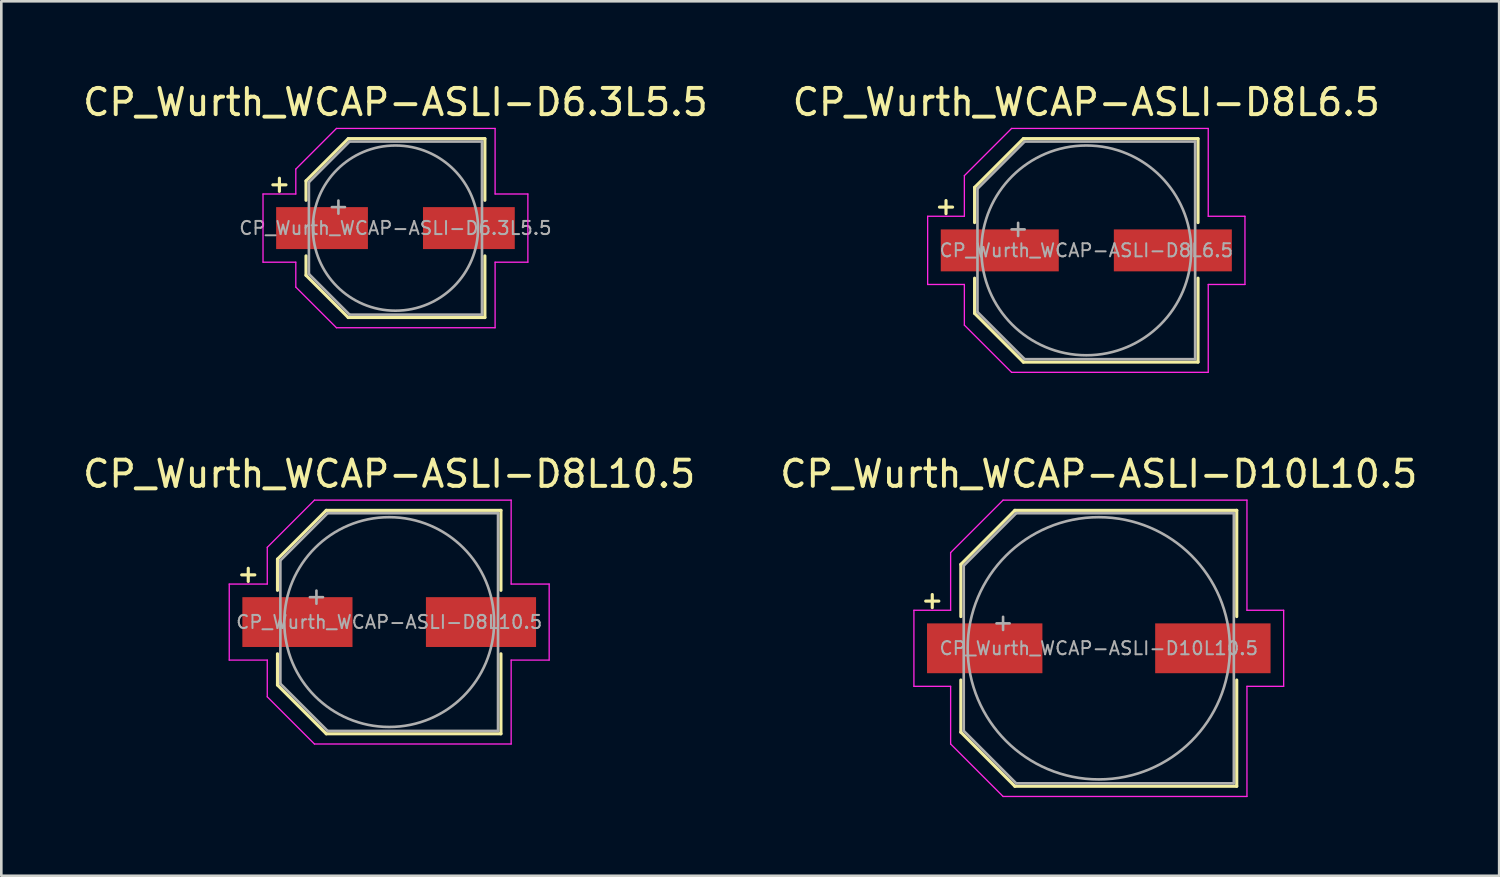
<source format=kicad_pcb>
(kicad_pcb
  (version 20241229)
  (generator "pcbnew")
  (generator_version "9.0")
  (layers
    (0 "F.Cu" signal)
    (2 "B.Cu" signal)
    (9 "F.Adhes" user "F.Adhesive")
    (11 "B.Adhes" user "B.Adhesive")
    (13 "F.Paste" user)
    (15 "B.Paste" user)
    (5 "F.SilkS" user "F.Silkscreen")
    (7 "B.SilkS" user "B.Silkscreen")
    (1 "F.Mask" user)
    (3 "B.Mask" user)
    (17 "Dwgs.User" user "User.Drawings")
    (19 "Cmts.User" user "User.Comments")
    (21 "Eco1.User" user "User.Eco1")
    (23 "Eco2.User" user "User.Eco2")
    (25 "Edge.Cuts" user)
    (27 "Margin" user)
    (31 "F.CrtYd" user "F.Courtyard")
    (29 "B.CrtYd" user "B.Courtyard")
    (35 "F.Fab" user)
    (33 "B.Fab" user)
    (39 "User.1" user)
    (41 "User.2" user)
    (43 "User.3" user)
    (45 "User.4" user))
  (footprint "CP_Wurth_WCAP-ASLI-D10L10.5"
    (layer "F.Cu")
    (at 38.851 21.672)
    (property "Reference" "CP_Wurth_WCAP-ASLI-D10L10.5" (at 0 -6.65 0) (unlocked yes) (layer "F.SilkS") (effects (font (size 1 1) (thickness 0.15))))
    (attr smd)
    (fp_line (start -6.35 -1.55) (end -6.35 -2.05) (stroke (width 0.12) (type solid)) (layer "F.SilkS"))
    (fp_line (start -6.1 -1.8) (end -6.6 -1.8) (stroke (width 0.12) (type solid)) (layer "F.SilkS"))
    (fp_line (start -5.26 -3.2) (end -5.26 -1.21) (stroke (width 0.12) (type default)) (layer "F.SilkS"))
    (fp_line (start -5.26 -3.2) (end -3.2 -5.26) (stroke (width 0.12) (type default)) (layer "F.SilkS"))
    (fp_line (start -5.26 3.2) (end -5.26 1.21) (stroke (width 0.12) (type default)) (layer "F.SilkS"))
    (fp_line (start -5.26 3.2) (end -3.2 5.26) (stroke (width 0.12) (type default)) (layer "F.SilkS"))
    (fp_line (start -3.2 -5.26) (end 5.26 -5.26) (stroke (width 0.12) (type solid)) (layer "F.SilkS"))
    (fp_line (start -3.2 5.26) (end 5.26 5.26) (stroke (width 0.12) (type solid)) (layer "F.SilkS"))
    (fp_line (start 5.26 -5.26) (end 5.26 -1.21) (stroke (width 0.12) (type default)) (layer "F.SilkS"))
    (fp_line (start 5.26 1.21) (end 5.26 5.26) (stroke (width 0.12) (type default)) (layer "F.SilkS"))
    (fp_line (start -7.05 -1.45) (end -7.05 1.45) (stroke (width 0.05) (type default)) (layer "F.CrtYd"))
    (fp_line (start -7.05 -1.45) (end -5.65 -1.45) (stroke (width 0.05) (type default)) (layer "F.CrtYd"))
    (fp_line (start -7.05 1.45) (end -5.65 1.45) (stroke (width 0.05) (type default)) (layer "F.CrtYd"))
    (fp_line (start -5.65 -3.65) (end -5.65 -1.45) (stroke (width 0.05) (type default)) (layer "F.CrtYd"))
    (fp_line (start -5.65 -3.65) (end -3.65 -5.65) (stroke (width 0.05) (type default)) (layer "F.CrtYd"))
    (fp_line (start -5.65 1.45) (end -5.65 3.65) (stroke (width 0.05) (type default)) (layer "F.CrtYd"))
    (fp_line (start -5.65 3.65) (end -3.65 5.65) (stroke (width 0.05) (type default)) (layer "F.CrtYd"))
    (fp_line (start -3.65 -5.65) (end 5.65 -5.65) (stroke (width 0.05) (type default)) (layer "F.CrtYd"))
    (fp_line (start -3.65 5.65) (end 5.65 5.65) (stroke (width 0.05) (type default)) (layer "F.CrtYd"))
    (fp_line (start 5.65 -5.65) (end 5.65 -1.45) (stroke (width 0.05) (type default)) (layer "F.CrtYd"))
    (fp_line (start 5.65 -1.45) (end 7.05 -1.45) (stroke (width 0.05) (type default)) (layer "F.CrtYd"))
    (fp_line (start 5.65 1.45) (end 5.65 5.65) (stroke (width 0.05) (type default)) (layer "F.CrtYd"))
    (fp_line (start 5.65 1.45) (end 7.05 1.45) (stroke (width 0.05) (type default)) (layer "F.CrtYd"))
    (fp_line (start 7.05 -1.45) (end 7.05 1.45) (stroke (width 0.05) (type default)) (layer "F.CrtYd"))
    (fp_line (start -5.15 -3.15) (end -3.15 -5.15) (stroke (width 0.1) (type default)) (layer "F.Fab"))
    (fp_line (start -5.15 3.15) (end -5.15 -3.15) (stroke (width 0.1) (type default)) (layer "F.Fab"))
    (fp_line (start -3.65 -0.7) (end -3.65 -1.2) (stroke (width 0.1) (type default)) (layer "F.Fab"))
    (fp_line (start -3.4 -0.95) (end -3.9 -0.95) (stroke (width 0.1) (type default)) (layer "F.Fab"))
    (fp_line (start -3.15 -5.15) (end 5.15 -5.15) (stroke (width 0.1) (type default)) (layer "F.Fab"))
    (fp_line (start -3.15 5.15) (end -5.15 3.15) (stroke (width 0.1) (type default)) (layer "F.Fab"))
    (fp_line (start 5.15 -5.15) (end 5.15 5.15) (stroke (width 0.1) (type default)) (layer "F.Fab"))
    (fp_line (start 5.15 5.15) (end -3.15 5.15) (stroke (width 0.1) (type default)) (layer "F.Fab"))
    (fp_circle (center 0 0) (end 5 0) (stroke (width 0.1) (type default)) (fill no) (layer "F.Fab"))
    (fp_text user "${REFERENCE}" (at 0 0 0) (unlocked yes) (layer "F.Fab") (effects (font (size 0.5 0.5) (thickness 0.075))))
    (pad "1" smd rect (at -4.35 0) (size 4.4 1.9) (layers "F.Cu" "F.Mask" "F.Paste"))
    (pad "2" smd rect (at 4.35 0) (size 4.4 1.9) (layers "F.Cu" "F.Mask" "F.Paste")))
  (footprint "CP_Wurth_WCAP-ASLI-D6.3L5.5"
    (layer "F.Cu")
    (at 12.03 5.648)
    (property "Reference" "CP_Wurth_WCAP-ASLI-D6.3L5.5" (at 0 -4.8 0) (unlocked yes) (layer "F.SilkS") (effects (font (size 1 1) (thickness 0.15))))
    (attr smd)
    (fp_line (start -4.425 -1.4) (end -4.425 -1.9) (stroke (width 0.12) (type solid)) (layer "F.SilkS"))
    (fp_line (start -4.175 -1.65) (end -4.675 -1.65) (stroke (width 0.12) (type solid)) (layer "F.SilkS"))
    (fp_line (start -3.41 -1.8) (end -3.41 -1.06) (stroke (width 0.12) (type default)) (layer "F.SilkS"))
    (fp_line (start -3.41 -1.8) (end -1.8 -3.41) (stroke (width 0.12) (type default)) (layer "F.SilkS"))
    (fp_line (start -3.41 1.8) (end -3.41 1.06) (stroke (width 0.12) (type default)) (layer "F.SilkS"))
    (fp_line (start -3.41 1.8) (end -1.8 3.41) (stroke (width 0.12) (type default)) (layer "F.SilkS"))
    (fp_line (start -1.8 -3.41) (end 3.41 -3.41) (stroke (width 0.12) (type solid)) (layer "F.SilkS"))
    (fp_line (start -1.8 3.41) (end 3.41 3.41) (stroke (width 0.12) (type solid)) (layer "F.SilkS"))
    (fp_line (start 3.41 -3.41) (end 3.41 -1.06) (stroke (width 0.12) (type default)) (layer "F.SilkS"))
    (fp_line (start 3.41 1.06) (end 3.41 3.41) (stroke (width 0.12) (type default)) (layer "F.SilkS"))
    (fp_line (start -5.05 -1.3) (end -5.05 1.3) (stroke (width 0.05) (type default)) (layer "F.CrtYd"))
    (fp_line (start -5.05 -1.3) (end -3.8 -1.3) (stroke (width 0.05) (type default)) (layer "F.CrtYd"))
    (fp_line (start -5.05 1.3) (end -3.8 1.3) (stroke (width 0.05) (type default)) (layer "F.CrtYd"))
    (fp_line (start -3.8 -2.25) (end -3.8 -1.3) (stroke (width 0.05) (type default)) (layer "F.CrtYd"))
    (fp_line (start -3.8 -2.25) (end -2.25 -3.8) (stroke (width 0.05) (type default)) (layer "F.CrtYd"))
    (fp_line (start -3.8 1.3) (end -3.8 2.25) (stroke (width 0.05) (type default)) (layer "F.CrtYd"))
    (fp_line (start -3.8 2.25) (end -2.25 3.8) (stroke (width 0.05) (type default)) (layer "F.CrtYd"))
    (fp_line (start -2.25 -3.8) (end 3.8 -3.8) (stroke (width 0.05) (type default)) (layer "F.CrtYd"))
    (fp_line (start -2.25 3.8) (end 3.8 3.8) (stroke (width 0.05) (type default)) (layer "F.CrtYd"))
    (fp_line (start 3.8 -3.8) (end 3.8 -1.3) (stroke (width 0.05) (type default)) (layer "F.CrtYd"))
    (fp_line (start 3.8 -1.3) (end 5.05 -1.3) (stroke (width 0.05) (type default)) (layer "F.CrtYd"))
    (fp_line (start 3.8 1.3) (end 3.8 3.8) (stroke (width 0.05) (type default)) (layer "F.CrtYd"))
    (fp_line (start 3.8 1.3) (end 5.05 1.3) (stroke (width 0.05) (type default)) (layer "F.CrtYd"))
    (fp_line (start 5.05 -1.3) (end 5.05 1.3) (stroke (width 0.05) (type default)) (layer "F.CrtYd"))
    (fp_line (start -3.3 -1.75) (end -1.75 -3.3) (stroke (width 0.1) (type default)) (layer "F.Fab"))
    (fp_line (start -3.3 1.75) (end -3.3 -1.75) (stroke (width 0.1) (type default)) (layer "F.Fab"))
    (fp_line (start -2.175 -0.55) (end -2.175 -1.05) (stroke (width 0.1) (type default)) (layer "F.Fab"))
    (fp_line (start -1.925 -0.8) (end -2.425 -0.8) (stroke (width 0.1) (type default)) (layer "F.Fab"))
    (fp_line (start -1.75 -3.3) (end 3.3 -3.3) (stroke (width 0.1) (type default)) (layer "F.Fab"))
    (fp_line (start -1.75 3.3) (end -3.3 1.75) (stroke (width 0.1) (type default)) (layer "F.Fab"))
    (fp_line (start 3.3 -3.3) (end 3.3 3.3) (stroke (width 0.1) (type default)) (layer "F.Fab"))
    (fp_line (start 3.3 3.3) (end -1.75 3.3) (stroke (width 0.1) (type default)) (layer "F.Fab"))
    (fp_circle (center 0 0) (end 3.15 0) (stroke (width 0.1) (type default)) (fill no) (layer "F.Fab"))
    (fp_text user "${REFERENCE}" (at 0 0 0) (unlocked yes) (layer "F.Fab") (effects (font (size 0.5 0.5) (thickness 0.075))))
    (pad "1" smd rect (at -2.8 0) (size 3.5 1.6) (layers "F.Cu" "F.Mask" "F.Paste"))
    (pad "2" smd rect (at 2.8 0) (size 3.5 1.6) (layers "F.Cu" "F.Mask" "F.Paste")))
  (footprint "CP_Wurth_WCAP-ASLI-D8L6.5"
    (layer "F.Cu")
    (at 38.375 6.498)
    (property "Reference" "CP_Wurth_WCAP-ASLI-D8L6.5" (at 0 -5.65 0) (unlocked yes) (layer "F.SilkS") (effects (font (size 1 1) (thickness 0.15))))
    (attr smd)
    (fp_line (start -5.35 -1.4) (end -5.35 -1.9) (stroke (width 0.12) (type solid)) (layer "F.SilkS"))
    (fp_line (start -5.1 -1.65) (end -5.6 -1.65) (stroke (width 0.12) (type solid)) (layer "F.SilkS"))
    (fp_line (start -4.26 -2.4) (end -4.26 -1.06) (stroke (width 0.12) (type default)) (layer "F.SilkS"))
    (fp_line (start -4.26 -2.4) (end -2.4 -4.26) (stroke (width 0.12) (type default)) (layer "F.SilkS"))
    (fp_line (start -4.26 2.4) (end -4.26 1.06) (stroke (width 0.12) (type default)) (layer "F.SilkS"))
    (fp_line (start -4.26 2.4) (end -2.4 4.26) (stroke (width 0.12) (type default)) (layer "F.SilkS"))
    (fp_line (start -2.4 -4.26) (end 4.26 -4.26) (stroke (width 0.12) (type solid)) (layer "F.SilkS"))
    (fp_line (start -2.4 4.26) (end 4.26 4.26) (stroke (width 0.12) (type solid)) (layer "F.SilkS"))
    (fp_line (start 4.26 -4.26) (end 4.26 -1.06) (stroke (width 0.12) (type default)) (layer "F.SilkS"))
    (fp_line (start 4.26 1.06) (end 4.26 4.26) (stroke (width 0.12) (type default)) (layer "F.SilkS"))
    (fp_line (start -6.05 -1.3) (end -6.05 1.3) (stroke (width 0.05) (type default)) (layer "F.CrtYd"))
    (fp_line (start -6.05 -1.3) (end -4.65 -1.3) (stroke (width 0.05) (type default)) (layer "F.CrtYd"))
    (fp_line (start -6.05 1.3) (end -4.65 1.3) (stroke (width 0.05) (type default)) (layer "F.CrtYd"))
    (fp_line (start -4.65 -2.85) (end -4.65 -1.3) (stroke (width 0.05) (type default)) (layer "F.CrtYd"))
    (fp_line (start -4.65 -2.85) (end -2.85 -4.65) (stroke (width 0.05) (type default)) (layer "F.CrtYd"))
    (fp_line (start -4.65 1.3) (end -4.65 2.85) (stroke (width 0.05) (type default)) (layer "F.CrtYd"))
    (fp_line (start -4.65 2.85) (end -2.85 4.65) (stroke (width 0.05) (type default)) (layer "F.CrtYd"))
    (fp_line (start -2.85 -4.65) (end 4.65 -4.65) (stroke (width 0.05) (type default)) (layer "F.CrtYd"))
    (fp_line (start -2.85 4.65) (end 4.65 4.65) (stroke (width 0.05) (type default)) (layer "F.CrtYd"))
    (fp_line (start 4.65 -4.65) (end 4.65 -1.3) (stroke (width 0.05) (type default)) (layer "F.CrtYd"))
    (fp_line (start 4.65 -1.3) (end 6.05 -1.3) (stroke (width 0.05) (type default)) (layer "F.CrtYd"))
    (fp_line (start 4.65 1.3) (end 4.65 4.65) (stroke (width 0.05) (type default)) (layer "F.CrtYd"))
    (fp_line (start 4.65 1.3) (end 6.05 1.3) (stroke (width 0.05) (type default)) (layer "F.CrtYd"))
    (fp_line (start 6.05 -1.3) (end 6.05 1.3) (stroke (width 0.05) (type default)) (layer "F.CrtYd"))
    (fp_line (start -4.15 -2.35) (end -2.35 -4.15) (stroke (width 0.1) (type default)) (layer "F.Fab"))
    (fp_line (start -4.15 2.35) (end -4.15 -2.35) (stroke (width 0.1) (type default)) (layer "F.Fab"))
    (fp_line (start -2.6 -0.55) (end -2.6 -1.05) (stroke (width 0.1) (type default)) (layer "F.Fab"))
    (fp_line (start -2.35 -4.15) (end 4.15 -4.15) (stroke (width 0.1) (type default)) (layer "F.Fab"))
    (fp_line (start -2.35 -0.8) (end -2.85 -0.8) (stroke (width 0.1) (type default)) (layer "F.Fab"))
    (fp_line (start -2.35 4.15) (end -4.15 2.35) (stroke (width 0.1) (type default)) (layer "F.Fab"))
    (fp_line (start 4.15 -4.15) (end 4.15 4.15) (stroke (width 0.1) (type default)) (layer "F.Fab"))
    (fp_line (start 4.15 4.15) (end -2.35 4.15) (stroke (width 0.1) (type default)) (layer "F.Fab"))
    (fp_circle (center 0 0) (end 4 0) (stroke (width 0.1) (type default)) (fill no) (layer "F.Fab"))
    (fp_text user "${REFERENCE}" (at 0 0 0) (unlocked yes) (layer "F.Fab") (effects (font (size 0.5 0.5) (thickness 0.075))))
    (pad "1" smd rect (at -3.3 0) (size 4.5 1.6) (layers "F.Cu" "F.Mask" "F.Paste"))
    (pad "2" smd rect (at 3.3 0) (size 4.5 1.6) (layers "F.Cu" "F.Mask" "F.Paste")))
  (footprint "CP_Wurth_WCAP-ASLI-D8L10.5"
    (layer "F.Cu")
    (at 11.792 20.672)
    (property "Reference" "CP_Wurth_WCAP-ASLI-D8L10.5" (at 0 -5.65 0) (unlocked yes) (layer "F.SilkS") (effects (font (size 1 1) (thickness 0.15))))
    (attr smd)
    (fp_line (start -5.375 -1.55) (end -5.375 -2.05) (stroke (width 0.12) (type solid)) (layer "F.SilkS"))
    (fp_line (start -5.125 -1.8) (end -5.625 -1.8) (stroke (width 0.12) (type solid)) (layer "F.SilkS"))
    (fp_line (start -4.26 -2.4) (end -4.26 -1.21) (stroke (width 0.12) (type default)) (layer "F.SilkS"))
    (fp_line (start -4.26 -2.4) (end -2.4 -4.26) (stroke (width 0.12) (type default)) (layer "F.SilkS"))
    (fp_line (start -4.26 2.4) (end -4.26 1.21) (stroke (width 0.12) (type default)) (layer "F.SilkS"))
    (fp_line (start -4.26 2.4) (end -2.4 4.26) (stroke (width 0.12) (type default)) (layer "F.SilkS"))
    (fp_line (start -2.4 -4.26) (end 4.26 -4.26) (stroke (width 0.12) (type solid)) (layer "F.SilkS"))
    (fp_line (start -2.4 4.26) (end 4.26 4.26) (stroke (width 0.12) (type solid)) (layer "F.SilkS"))
    (fp_line (start 4.26 -4.26) (end 4.26 -1.21) (stroke (width 0.12) (type default)) (layer "F.SilkS"))
    (fp_line (start 4.26 1.21) (end 4.26 4.26) (stroke (width 0.12) (type default)) (layer "F.SilkS"))
    (fp_line (start -6.1 -1.45) (end -6.1 1.45) (stroke (width 0.05) (type default)) (layer "F.CrtYd"))
    (fp_line (start -6.1 -1.45) (end -4.65 -1.45) (stroke (width 0.05) (type default)) (layer "F.CrtYd"))
    (fp_line (start -6.1 1.45) (end -4.65 1.45) (stroke (width 0.05) (type default)) (layer "F.CrtYd"))
    (fp_line (start -4.65 -2.85) (end -4.65 -1.45) (stroke (width 0.05) (type default)) (layer "F.CrtYd"))
    (fp_line (start -4.65 -2.85) (end -2.85 -4.65) (stroke (width 0.05) (type default)) (layer "F.CrtYd"))
    (fp_line (start -4.65 1.45) (end -4.65 2.85) (stroke (width 0.05) (type default)) (layer "F.CrtYd"))
    (fp_line (start -4.65 2.85) (end -2.85 4.65) (stroke (width 0.05) (type default)) (layer "F.CrtYd"))
    (fp_line (start -2.85 -4.65) (end 4.65 -4.65) (stroke (width 0.05) (type default)) (layer "F.CrtYd"))
    (fp_line (start -2.85 4.65) (end 4.65 4.65) (stroke (width 0.05) (type default)) (layer "F.CrtYd"))
    (fp_line (start 4.65 -4.65) (end 4.65 -1.45) (stroke (width 0.05) (type default)) (layer "F.CrtYd"))
    (fp_line (start 4.65 -1.45) (end 6.1 -1.45) (stroke (width 0.05) (type default)) (layer "F.CrtYd"))
    (fp_line (start 4.65 1.45) (end 4.65 4.65) (stroke (width 0.05) (type default)) (layer "F.CrtYd"))
    (fp_line (start 4.65 1.45) (end 6.1 1.45) (stroke (width 0.05) (type default)) (layer "F.CrtYd"))
    (fp_line (start 6.1 -1.45) (end 6.1 1.45) (stroke (width 0.05) (type default)) (layer "F.CrtYd"))
    (fp_line (start -4.15 -2.35) (end -2.35 -4.15) (stroke (width 0.1) (type default)) (layer "F.Fab"))
    (fp_line (start -4.15 2.35) (end -4.15 -2.35) (stroke (width 0.1) (type default)) (layer "F.Fab"))
    (fp_line (start -2.775 -0.7) (end -2.775 -1.2) (stroke (width 0.1) (type default)) (layer "F.Fab"))
    (fp_line (start -2.525 -0.95) (end -3.025 -0.95) (stroke (width 0.1) (type default)) (layer "F.Fab"))
    (fp_line (start -2.35 -4.15) (end 4.15 -4.15) (stroke (width 0.1) (type default)) (layer "F.Fab"))
    (fp_line (start -2.35 4.15) (end -4.15 2.35) (stroke (width 0.1) (type default)) (layer "F.Fab"))
    (fp_line (start 4.15 -4.15) (end 4.15 4.15) (stroke (width 0.1) (type default)) (layer "F.Fab"))
    (fp_line (start 4.15 4.15) (end -2.35 4.15) (stroke (width 0.1) (type default)) (layer "F.Fab"))
    (fp_circle (center 0 0) (end 4 0) (stroke (width 0.1) (type default)) (fill no) (layer "F.Fab"))
    (fp_text user "${REFERENCE}" (at 0 0 0) (unlocked yes) (layer "F.Fab") (effects (font (size 0.5 0.5) (thickness 0.075))))
    (pad "1" smd rect (at -3.5 0) (size 4.2 1.9) (layers "F.Cu" "F.Mask" "F.Paste"))
    (pad "2" smd rect (at 3.5 0) (size 4.2 1.9) (layers "F.Cu" "F.Mask" "F.Paste")))
  (gr_rect
    (start -3 -3)
    (end 54.119 30.346)
    (stroke (width 0.1) (type default))
    (fill no)
    (layer "Edge.Cuts")))
</source>
